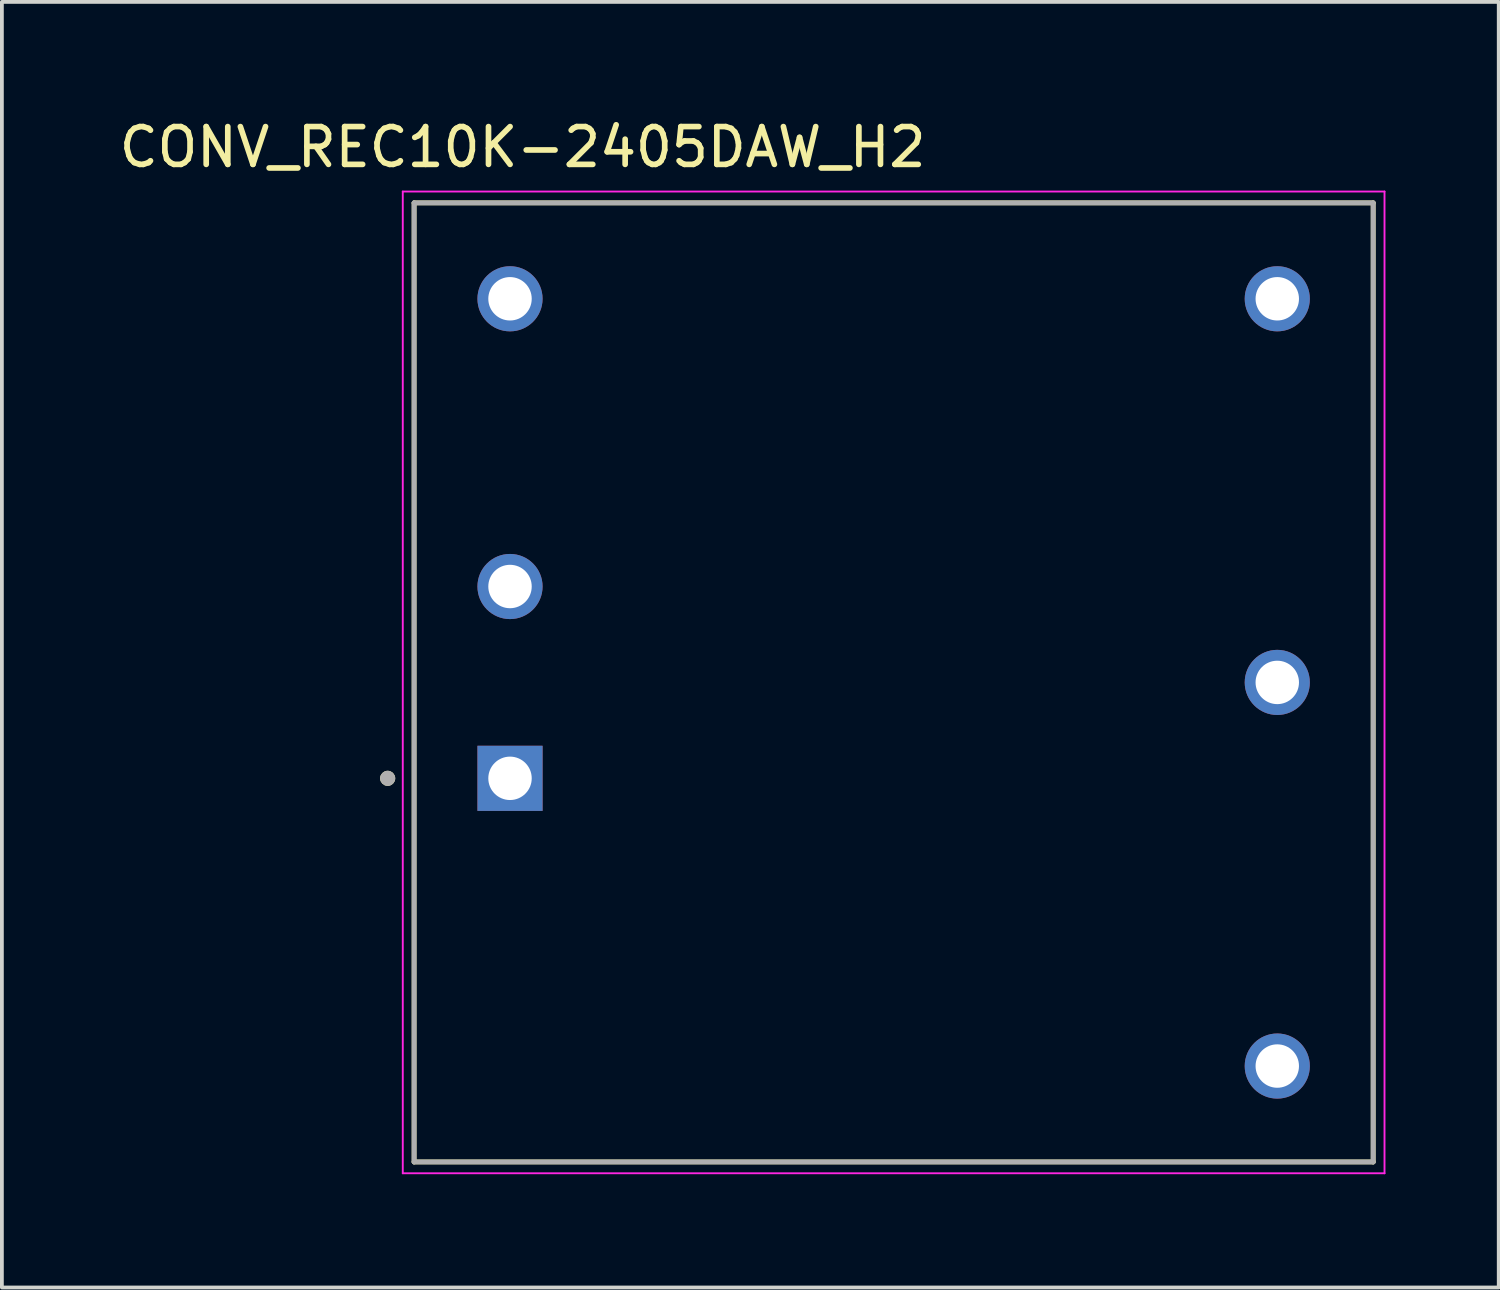
<source format=kicad_pcb>
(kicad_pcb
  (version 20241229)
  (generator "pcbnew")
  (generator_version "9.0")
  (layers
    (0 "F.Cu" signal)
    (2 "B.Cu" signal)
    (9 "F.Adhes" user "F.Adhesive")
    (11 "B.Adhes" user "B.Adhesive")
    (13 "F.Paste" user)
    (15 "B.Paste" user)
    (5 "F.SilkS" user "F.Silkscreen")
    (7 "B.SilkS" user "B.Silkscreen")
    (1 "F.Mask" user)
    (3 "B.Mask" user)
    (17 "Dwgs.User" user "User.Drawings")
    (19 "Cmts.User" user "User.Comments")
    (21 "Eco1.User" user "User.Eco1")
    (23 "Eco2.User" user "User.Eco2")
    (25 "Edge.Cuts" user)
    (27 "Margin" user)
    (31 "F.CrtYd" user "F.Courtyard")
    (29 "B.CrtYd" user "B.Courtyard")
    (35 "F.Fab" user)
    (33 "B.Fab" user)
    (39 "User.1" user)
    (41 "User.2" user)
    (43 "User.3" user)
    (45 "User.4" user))
  (footprint "CONV_REC10K-2405DAW_H2"
    (layer "F.Cu")
    (at 20.617 15.023)
    (property "Reference" "CONV_REC10K-2405DAW_H2" (at -9.825 -14.175 0) (layer "F.SilkS") (effects (font (size 1 1) (thickness 0.15))))
    (attr through_hole)
    (fp_line (start -12.7 -12.7) (end -12.7 12.7) (stroke (width 0.127) (type solid)) (layer "F.SilkS"))
    (fp_line (start -12.7 12.7) (end 12.7 12.7) (stroke (width 0.127) (type solid)) (layer "F.SilkS"))
    (fp_line (start 12.7 -12.7) (end -12.7 -12.7) (stroke (width 0.127) (type solid)) (layer "F.SilkS"))
    (fp_line (start 12.7 12.7) (end 12.7 -12.7) (stroke (width 0.127) (type solid)) (layer "F.SilkS"))
    (fp_circle (center -13.4 2.54) (end -13.3 2.54) (stroke (width 0.2) (type solid)) (fill no) (layer "F.SilkS"))
    (fp_line (start -13 -13) (end -13 13) (stroke (width 0.05) (type solid)) (layer "F.CrtYd"))
    (fp_line (start -13 13) (end 13 13) (stroke (width 0.05) (type solid)) (layer "F.CrtYd"))
    (fp_line (start 13 -13) (end -13 -13) (stroke (width 0.05) (type solid)) (layer "F.CrtYd"))
    (fp_line (start 13 13) (end 13 -13) (stroke (width 0.05) (type solid)) (layer "F.CrtYd"))
    (fp_line (start -12.7 -12.7) (end -12.7 12.7) (stroke (width 0.127) (type solid)) (layer "F.Fab"))
    (fp_line (start -12.7 12.7) (end 12.7 12.7) (stroke (width 0.127) (type solid)) (layer "F.Fab"))
    (fp_line (start 12.7 -12.7) (end -12.7 -12.7) (stroke (width 0.127) (type solid)) (layer "F.Fab"))
    (fp_line (start 12.7 12.7) (end 12.7 -12.7) (stroke (width 0.127) (type solid)) (layer "F.Fab"))
    (fp_circle (center -13.4 2.54) (end -13.3 2.54) (stroke (width 0.2) (type solid)) (fill no) (layer "F.Fab"))
    (pad "1" thru_hole rect (at -10.16 2.54) (size 1.725 1.725) (drill 1.15) (layers "*.Cu" "*.Mask"))
    (pad "2" thru_hole circle (at -10.16 -2.54) (size 1.725 1.725) (drill 1.15) (layers "*.Cu" "*.Mask"))
    (pad "3" thru_hole circle (at -10.16 -10.16) (size 1.725 1.725) (drill 1.15) (layers "*.Cu" "*.Mask"))
    (pad "4" thru_hole circle (at 10.16 -10.16) (size 1.725 1.725) (drill 1.15) (layers "*.Cu" "*.Mask"))
    (pad "5" thru_hole circle (at 10.16 0) (size 1.725 1.725) (drill 1.15) (layers "*.Cu" "*.Mask"))
    (pad "6" thru_hole circle (at 10.16 10.16) (size 1.725 1.725) (drill 1.15) (layers "*.Cu" "*.Mask")))
  (gr_rect
    (start -3 -3)
    (end 36.642 31.048)
    (stroke (width 0.1) (type default))
    (fill no)
    (layer "Edge.Cuts")))
</source>
